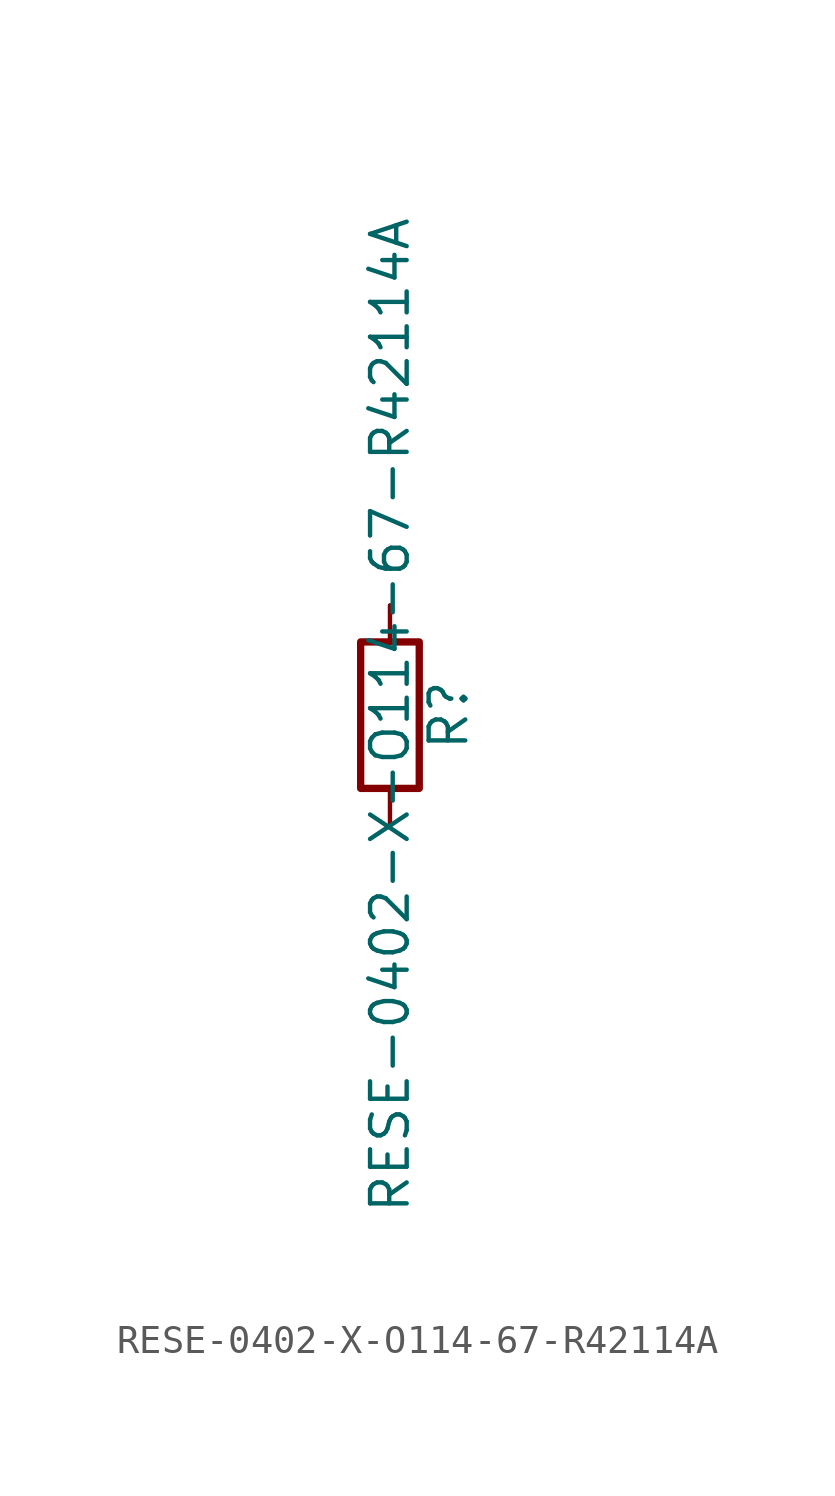
<source format=kicad_sym>
(kicad_symbol_lib
  (version 20211014)
  (generator kicad_symbol_editor)
  (symbol "RESE-0402-X-O114-67-R42114A"
    (pin_numbers hide)
    (pin_names
      (offset 0))
    (property "Reference" "R"
      (at 2.032 0 90)
      (effects (font (size 1.27 1.27))))
    (property "Value" "RESE-0402-X-O114-67-R42114A"
      (at 0 0 90)
      (effects (font (size 1.27 1.27))))
    (symbol "RESE-0402-X-O114-67-R42114A_0_1"
      (rectangle (start -1.016 -2.54) (end 1.016 2.54) (stroke (width 0.254) (type default) (color 0 0 0 0)) (fill (type none))))
    (symbol "RESE-0402-X-O114-67-R42114A_1_1"
      (pin passive line (at 0 3.81 270) (length 1.27) (name "~" (effects (font (size 1.27 1.27)))) (number "1" (effects (font (size 1.27 1.27)))))
      (pin passive line (at 0 -3.81 90) (length 1.27) (name "~" (effects (font (size 1.27 1.27)))) (number "2" (effects (font (size 1.27 1.27))))))))
</source>
